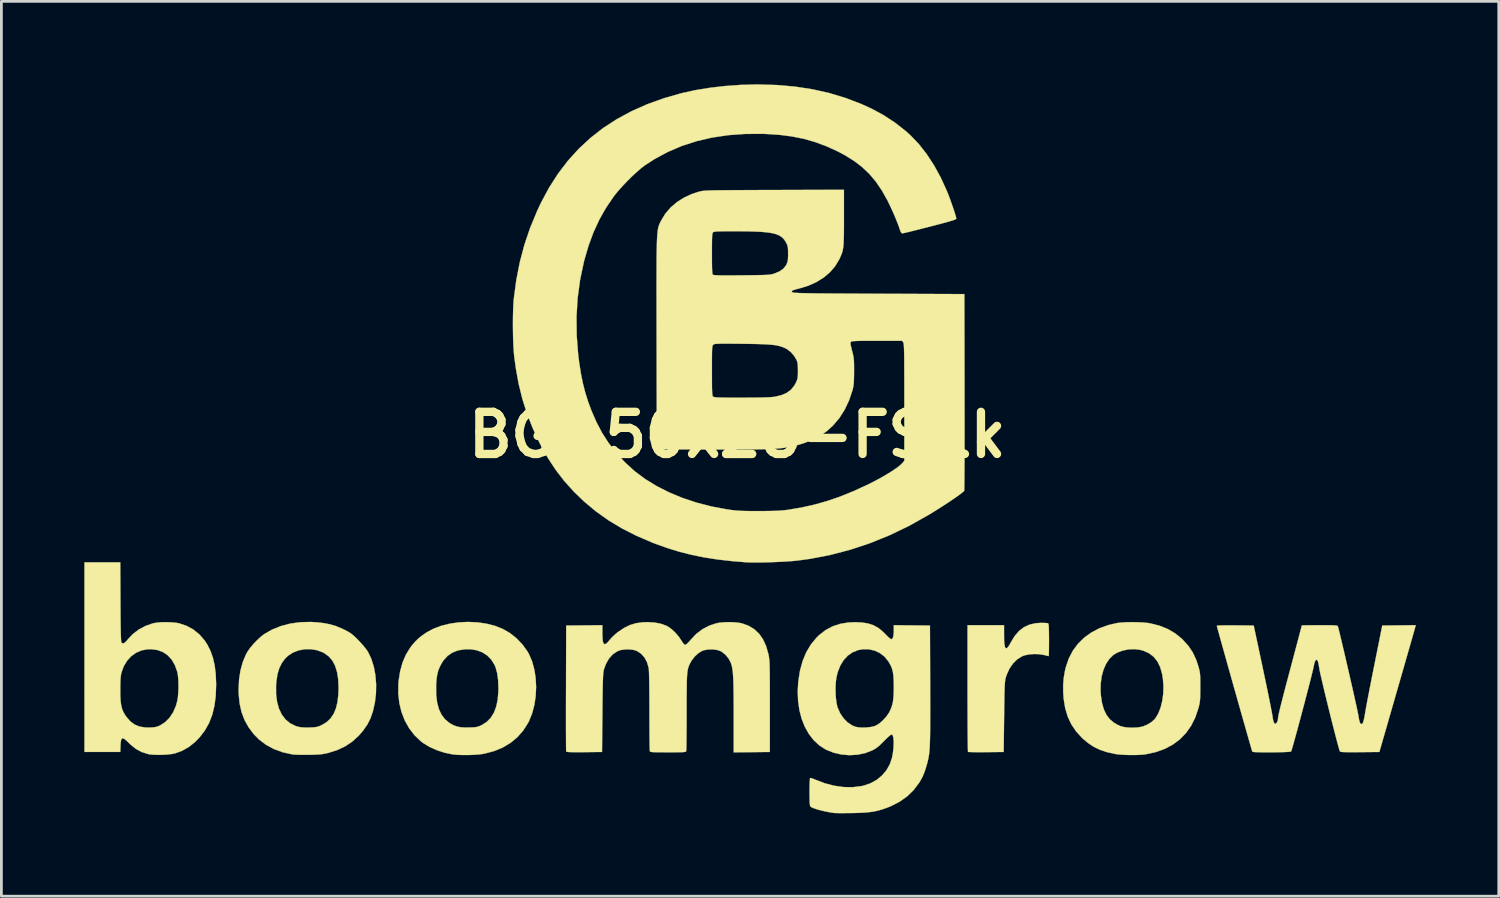
<source format=kicad_pcb>
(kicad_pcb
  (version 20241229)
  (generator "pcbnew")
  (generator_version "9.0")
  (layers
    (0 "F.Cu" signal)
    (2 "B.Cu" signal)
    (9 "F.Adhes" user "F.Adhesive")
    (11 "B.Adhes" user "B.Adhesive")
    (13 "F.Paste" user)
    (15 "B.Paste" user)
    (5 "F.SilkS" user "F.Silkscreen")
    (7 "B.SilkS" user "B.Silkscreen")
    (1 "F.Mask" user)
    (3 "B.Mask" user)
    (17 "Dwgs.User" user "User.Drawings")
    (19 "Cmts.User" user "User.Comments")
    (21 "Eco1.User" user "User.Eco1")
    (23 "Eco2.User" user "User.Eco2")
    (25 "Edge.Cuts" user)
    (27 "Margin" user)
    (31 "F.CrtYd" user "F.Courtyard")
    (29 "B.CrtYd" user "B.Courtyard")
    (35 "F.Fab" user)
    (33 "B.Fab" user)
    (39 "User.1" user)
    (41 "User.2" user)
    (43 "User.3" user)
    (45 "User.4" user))
  (footprint "BG-50x28-FSilk"
    (layer "F.Cu")
    (at 23.614 12.68)
    (property "Reference" "BG-50x28-FSilk" (at 0 0 0) (layer "F.SilkS") (effects (font (size 1.524 1.524) (thickness 0.3))))
    (attr through_hole)
    (fp_poly (pts (xy 11.092 6.801) (xy 11.18 6.805) (xy 11.236 6.813) (xy 11.247 6.817) (xy 11.258 6.839) (xy 11.266 6.894) (xy 11.272 6.986) (xy 11.275 7.118) (xy 11.277 7.295) (xy 11.278 7.418) (xy 11.277 7.584) (xy 11.276 7.732) (xy 11.274 7.854) (xy 11.272 7.943) (xy 11.269 7.993) (xy 11.267 8.001) (xy 11.239 7.995) (xy 11.175 7.98) (xy 11.097 7.96) (xy 10.927 7.932) (xy 10.742 7.925) (xy 10.558 7.94) (xy 10.394 7.974) (xy 10.306 8.007) (xy 10.131 8.115) (xy 9.976 8.267) (xy 9.846 8.457) (xy 9.745 8.682) (xy 9.713 8.777) (xy 9.703 8.817) (xy 9.694 8.865) (xy 9.687 8.924) (xy 9.68 9.001) (xy 9.675 9.098) (xy 9.67 9.222) (xy 9.666 9.376) (xy 9.663 9.565) (xy 9.659 9.794) (xy 9.656 10.067) (xy 9.654 10.198) (xy 9.639 11.468) (xy 9.003 11.475) (xy 8.828 11.476) (xy 8.67 11.476) (xy 8.536 11.474) (xy 8.433 11.472) (xy 8.368 11.468) (xy 8.349 11.464) (xy 8.346 11.437) (xy 8.344 11.362) (xy 8.341 11.244) (xy 8.339 11.086) (xy 8.337 10.892) (xy 8.335 10.665) (xy 8.334 10.409) (xy 8.333 10.127) (xy 8.332 9.824) (xy 8.331 9.502) (xy 8.331 9.166) (xy 8.331 6.883) (xy 9.652 6.883) (xy 9.652 7.237) (xy 9.655 7.431) (xy 9.666 7.574) (xy 9.685 7.669) (xy 9.713 7.716) (xy 9.75 7.716) (xy 9.798 7.67) (xy 9.857 7.579) (xy 9.896 7.506) (xy 10.035 7.276) (xy 10.192 7.094) (xy 10.37 6.956) (xy 10.572 6.863) (xy 10.799 6.811) (xy 10.987 6.799) (xy 11.092 6.801)) (stroke (width 0.01) (type solid)) (fill yes) (layer "F.SilkS"))
    (fp_poly (pts (xy -9.403 6.78) (xy -9.08 6.826) (xy -8.774 6.902) (xy -8.494 7.011) (xy -8.471 7.022) (xy -8.214 7.172) (xy -7.975 7.363) (xy -7.763 7.585) (xy -7.588 7.829) (xy -7.533 7.926) (xy -7.419 8.19) (xy -7.338 8.484) (xy -7.289 8.798) (xy -7.273 9.124) (xy -7.289 9.451) (xy -7.337 9.771) (xy -7.418 10.075) (xy -7.53 10.353) (xy -7.562 10.414) (xy -7.739 10.692) (xy -7.952 10.934) (xy -8.199 11.139) (xy -8.479 11.307) (xy -8.792 11.436) (xy -9.135 11.527) (xy -9.218 11.542) (xy -9.368 11.56) (xy -9.551 11.573) (xy -9.751 11.579) (xy -9.952 11.578) (xy -10.136 11.57) (xy -10.288 11.556) (xy -10.296 11.555) (xy -10.578 11.496) (xy -10.855 11.407) (xy -11.114 11.292) (xy -11.343 11.156) (xy -11.442 11.082) (xy -11.671 10.864) (xy -11.865 10.612) (xy -12.023 10.33) (xy -12.142 10.023) (xy -12.221 9.694) (xy -12.259 9.348) (xy -12.255 9.083) (xy -10.89 9.083) (xy -10.887 9.4) (xy -10.854 9.677) (xy -10.791 9.916) (xy -10.696 10.118) (xy -10.569 10.285) (xy -10.41 10.418) (xy -10.356 10.451) (xy -10.24 10.511) (xy -10.126 10.551) (xy -10.001 10.574) (xy -9.85 10.584) (xy -9.7 10.583) (xy -9.569 10.579) (xy -9.474 10.573) (xy -9.401 10.56) (xy -9.337 10.54) (xy -9.266 10.508) (xy -9.239 10.495) (xy -9.061 10.383) (xy -8.915 10.235) (xy -8.8 10.051) (xy -8.716 9.83) (xy -8.662 9.57) (xy -8.638 9.27) (xy -8.636 9.16) (xy -8.647 8.865) (xy -8.682 8.614) (xy -8.74 8.405) (xy -8.774 8.323) (xy -8.891 8.133) (xy -9.041 7.979) (xy -9.222 7.863) (xy -9.431 7.787) (xy -9.665 7.752) (xy -9.85 7.754) (xy -10.088 7.792) (xy -10.296 7.871) (xy -10.474 7.991) (xy -10.62 8.151) (xy -10.672 8.229) (xy -10.75 8.372) (xy -10.808 8.509) (xy -10.847 8.654) (xy -10.873 8.82) (xy -10.888 9.02) (xy -10.89 9.083) (xy -12.255 9.083) (xy -12.254 8.99) (xy -12.247 8.909) (xy -12.193 8.557) (xy -12.106 8.24) (xy -11.986 7.956) (xy -11.829 7.7) (xy -11.769 7.62) (xy -11.649 7.48) (xy -11.53 7.363) (xy -11.395 7.254) (xy -11.23 7.142) (xy -10.981 7.008) (xy -10.699 6.903) (xy -10.391 6.827) (xy -10.067 6.781) (xy -9.735 6.765) (xy -9.403 6.78)) (stroke (width 0.01) (type solid)) (fill yes) (layer "F.SilkS"))
    (fp_poly (pts (xy -15.204 6.779) (xy -14.946 6.809) (xy -14.722 6.853) (xy -14.514 6.915) (xy -14.307 7) (xy -14.224 7.039) (xy -14.11 7.098) (xy -14.019 7.15) (xy -13.939 7.207) (xy -13.857 7.277) (xy -13.76 7.37) (xy -13.703 7.427) (xy -13.589 7.549) (xy -13.484 7.67) (xy -13.4 7.779) (xy -13.353 7.849) (xy -13.233 8.101) (xy -13.144 8.385) (xy -13.086 8.693) (xy -13.06 9.016) (xy -13.065 9.345) (xy -13.103 9.672) (xy -13.174 9.988) (xy -13.264 10.252) (xy -13.375 10.472) (xy -13.532 10.698) (xy -13.69 10.88) (xy -13.918 11.089) (xy -14.172 11.26) (xy -14.459 11.396) (xy -14.77 11.496) (xy -14.873 11.521) (xy -14.968 11.54) (xy -15.066 11.553) (xy -15.18 11.561) (xy -15.321 11.567) (xy -15.481 11.571) (xy -15.641 11.572) (xy -15.795 11.571) (xy -15.931 11.567) (xy -16.036 11.562) (xy -16.089 11.556) (xy -16.437 11.479) (xy -16.756 11.363) (xy -17.043 11.208) (xy -17.298 11.015) (xy -17.483 10.827) (xy -17.671 10.578) (xy -17.818 10.315) (xy -17.926 10.031) (xy -17.996 9.722) (xy -18.03 9.382) (xy -18.034 9.2) (xy -18.027 9.068) (xy -16.679 9.068) (xy -16.678 9.379) (xy -16.642 9.659) (xy -16.573 9.905) (xy -16.471 10.117) (xy -16.338 10.292) (xy -16.173 10.429) (xy -15.977 10.527) (xy -15.896 10.554) (xy -15.778 10.576) (xy -15.622 10.585) (xy -15.48 10.584) (xy -15.35 10.579) (xy -15.255 10.571) (xy -15.179 10.556) (xy -15.108 10.531) (xy -15.032 10.498) (xy -14.857 10.395) (xy -14.714 10.262) (xy -14.6 10.097) (xy -14.514 9.897) (xy -14.457 9.66) (xy -14.425 9.382) (xy -14.418 9.144) (xy -14.431 8.839) (xy -14.473 8.575) (xy -14.543 8.35) (xy -14.642 8.163) (xy -14.772 8.012) (xy -14.933 7.895) (xy -14.989 7.865) (xy -15.2 7.787) (xy -15.422 7.75) (xy -15.646 7.753) (xy -15.863 7.794) (xy -16.064 7.872) (xy -16.242 7.985) (xy -16.345 8.083) (xy -16.469 8.248) (xy -16.562 8.436) (xy -16.628 8.655) (xy -16.667 8.91) (xy -16.679 9.068) (xy -18.027 9.068) (xy -18.017 8.85) (xy -17.966 8.519) (xy -17.883 8.216) (xy -17.769 7.945) (xy -17.709 7.837) (xy -17.618 7.707) (xy -17.499 7.564) (xy -17.363 7.423) (xy -17.226 7.297) (xy -17.11 7.207) (xy -16.823 7.042) (xy -16.506 6.915) (xy -16.163 6.825) (xy -15.8 6.775) (xy -15.421 6.766) (xy -15.204 6.779)) (stroke (width 0.01) (type solid)) (fill yes) (layer "F.SilkS"))
    (fp_poly (pts (xy 14.48 6.776) (xy 14.677 6.785) (xy 14.849 6.802) (xy 14.943 6.817) (xy 15.277 6.902) (xy 15.577 7.023) (xy 15.846 7.181) (xy 16.089 7.379) (xy 16.311 7.621) (xy 16.329 7.644) (xy 16.48 7.873) (xy 16.604 8.141) (xy 16.682 8.377) (xy 16.706 8.465) (xy 16.724 8.541) (xy 16.736 8.616) (xy 16.744 8.699) (xy 16.748 8.802) (xy 16.75 8.933) (xy 16.75 9.103) (xy 16.75 9.131) (xy 16.749 9.31) (xy 16.747 9.448) (xy 16.742 9.555) (xy 16.734 9.644) (xy 16.721 9.723) (xy 16.703 9.803) (xy 16.68 9.891) (xy 16.567 10.224) (xy 16.416 10.523) (xy 16.23 10.786) (xy 16.008 11.014) (xy 15.751 11.205) (xy 15.46 11.358) (xy 15.136 11.474) (xy 14.779 11.551) (xy 14.745 11.556) (xy 14.603 11.57) (xy 14.429 11.577) (xy 14.237 11.579) (xy 14.044 11.574) (xy 13.865 11.564) (xy 13.716 11.548) (xy 13.678 11.542) (xy 13.384 11.477) (xy 13.128 11.393) (xy 12.9 11.284) (xy 12.69 11.145) (xy 12.485 10.972) (xy 12.475 10.962) (xy 12.261 10.727) (xy 12.088 10.472) (xy 11.956 10.191) (xy 11.863 9.883) (xy 11.808 9.543) (xy 11.793 9.332) (xy 11.792 9.265) (xy 13.142 9.265) (xy 13.155 9.431) (xy 13.197 9.703) (xy 13.263 9.933) (xy 13.355 10.124) (xy 13.473 10.281) (xy 13.622 10.407) (xy 13.745 10.479) (xy 13.852 10.528) (xy 13.956 10.56) (xy 14.073 10.579) (xy 14.217 10.588) (xy 14.292 10.589) (xy 14.478 10.583) (xy 14.63 10.557) (xy 14.675 10.545) (xy 14.833 10.48) (xy 14.978 10.391) (xy 15.094 10.289) (xy 15.124 10.254) (xy 15.229 10.08) (xy 15.313 9.868) (xy 15.373 9.629) (xy 15.409 9.37) (xy 15.418 9.101) (xy 15.399 8.831) (xy 15.369 8.644) (xy 15.299 8.398) (xy 15.198 8.193) (xy 15.065 8.027) (xy 14.899 7.899) (xy 14.701 7.809) (xy 14.56 7.771) (xy 14.355 7.748) (xy 14.141 7.76) (xy 13.932 7.804) (xy 13.743 7.877) (xy 13.607 7.959) (xy 13.464 8.098) (xy 13.344 8.277) (xy 13.25 8.489) (xy 13.184 8.729) (xy 13.148 8.989) (xy 13.142 9.265) (xy 11.792 9.265) (xy 11.79 9.049) (xy 11.811 8.79) (xy 11.855 8.533) (xy 11.89 8.39) (xy 11.996 8.082) (xy 12.143 7.801) (xy 12.33 7.55) (xy 12.554 7.331) (xy 12.815 7.144) (xy 13.108 6.991) (xy 13.434 6.875) (xy 13.741 6.805) (xy 13.889 6.787) (xy 14.071 6.776) (xy 14.273 6.772) (xy 14.48 6.776)) (stroke (width 0.01) (type solid)) (fill yes) (layer "F.SilkS"))
    (fp_poly (pts (xy -22.307 6.043) (xy -22.305 6.386) (xy -22.303 6.679) (xy -22.3 6.926) (xy -22.296 7.126) (xy -22.292 7.283) (xy -22.287 7.398) (xy -22.281 7.472) (xy -22.274 7.507) (xy -22.272 7.51) (xy -22.227 7.541) (xy -22.173 7.53) (xy -22.107 7.475) (xy -22.045 7.401) (xy -21.861 7.204) (xy -21.641 7.037) (xy -21.391 6.905) (xy -21.133 6.816) (xy -20.995 6.791) (xy -20.824 6.776) (xy -20.637 6.773) (xy -20.45 6.78) (xy -20.28 6.798) (xy -20.18 6.817) (xy -19.914 6.907) (xy -19.67 7.041) (xy -19.453 7.216) (xy -19.267 7.43) (xy -19.167 7.582) (xy -19.051 7.812) (xy -18.963 8.062) (xy -18.9 8.336) (xy -18.862 8.643) (xy -18.847 8.988) (xy -18.847 9.053) (xy -18.862 9.447) (xy -18.909 9.804) (xy -18.989 10.128) (xy -19.103 10.421) (xy -19.253 10.689) (xy -19.44 10.934) (xy -19.616 11.115) (xy -19.841 11.292) (xy -20.091 11.431) (xy -20.333 11.519) (xy -20.454 11.543) (xy -20.608 11.56) (xy -20.781 11.571) (xy -20.957 11.573) (xy -21.121 11.568) (xy -21.257 11.554) (xy -21.304 11.545) (xy -21.542 11.469) (xy -21.757 11.352) (xy -21.956 11.189) (xy -21.988 11.157) (xy -22.094 11.054) (xy -22.174 10.991) (xy -22.23 10.972) (xy -22.268 10.997) (xy -22.291 11.068) (xy -22.303 11.187) (xy -22.307 11.278) (xy -22.314 11.468) (xy -23.609 11.468) (xy -23.609 9.22) (xy -22.313 9.22) (xy -22.311 9.444) (xy -22.301 9.626) (xy -22.281 9.776) (xy -22.25 9.903) (xy -22.206 10.014) (xy -22.146 10.12) (xy -22.09 10.201) (xy -21.951 10.36) (xy -21.798 10.474) (xy -21.625 10.547) (xy -21.424 10.582) (xy -21.259 10.585) (xy -21.133 10.579) (xy -21.04 10.567) (xy -20.962 10.546) (xy -20.882 10.512) (xy -20.871 10.506) (xy -20.69 10.39) (xy -20.533 10.232) (xy -20.403 10.036) (xy -20.303 9.808) (xy -20.253 9.627) (xy -20.229 9.484) (xy -20.215 9.312) (xy -20.208 9.126) (xy -20.21 8.939) (xy -20.221 8.767) (xy -20.24 8.622) (xy -20.254 8.562) (xy -20.34 8.324) (xy -20.456 8.125) (xy -20.601 7.968) (xy -20.774 7.853) (xy -20.973 7.78) (xy -21.196 7.751) (xy -21.331 7.755) (xy -21.547 7.795) (xy -21.746 7.881) (xy -21.921 8.008) (xy -22.071 8.173) (xy -22.189 8.371) (xy -22.268 8.588) (xy -22.286 8.664) (xy -22.298 8.753) (xy -22.306 8.864) (xy -22.311 9.005) (xy -22.313 9.187) (xy -22.313 9.22) (xy -23.609 9.22) (xy -23.609 4.61) (xy -22.314 4.61) (xy -22.307 6.043)) (stroke (width 0.01) (type solid)) (fill yes) (layer "F.SilkS"))
    (fp_poly (pts (xy 4.503 6.784) (xy 4.726 6.819) (xy 4.921 6.882) (xy 5.097 6.977) (xy 5.261 7.108) (xy 5.359 7.205) (xy 5.436 7.284) (xy 5.505 7.347) (xy 5.555 7.384) (xy 5.574 7.391) (xy 5.617 7.367) (xy 5.646 7.294) (xy 5.661 7.173) (xy 5.664 7.072) (xy 5.664 6.883) (xy 6.972 6.896) (xy 6.98 9.03) (xy 6.981 9.438) (xy 6.982 9.799) (xy 6.982 10.116) (xy 6.981 10.393) (xy 6.98 10.634) (xy 6.977 10.842) (xy 6.973 11.021) (xy 6.968 11.174) (xy 6.962 11.305) (xy 6.954 11.418) (xy 6.944 11.516) (xy 6.932 11.602) (xy 6.918 11.681) (xy 6.903 11.756) (xy 6.884 11.83) (xy 6.872 11.878) (xy 6.816 12.073) (xy 6.761 12.232) (xy 6.701 12.37) (xy 6.63 12.501) (xy 6.574 12.591) (xy 6.377 12.851) (xy 6.145 13.075) (xy 5.878 13.265) (xy 5.572 13.423) (xy 5.427 13.482) (xy 5.259 13.541) (xy 5.1 13.587) (xy 4.94 13.622) (xy 4.768 13.647) (xy 4.574 13.663) (xy 4.348 13.673) (xy 4.153 13.677) (xy 3.984 13.679) (xy 3.827 13.68) (xy 3.691 13.68) (xy 3.585 13.678) (xy 3.518 13.676) (xy 3.505 13.674) (xy 3.356 13.652) (xy 3.199 13.622) (xy 3.045 13.586) (xy 2.904 13.548) (xy 2.785 13.509) (xy 2.698 13.474) (xy 2.655 13.447) (xy 2.642 13.425) (xy 2.631 13.388) (xy 2.624 13.329) (xy 2.619 13.24) (xy 2.617 13.115) (xy 2.616 12.947) (xy 2.616 12.916) (xy 2.617 12.763) (xy 2.62 12.628) (xy 2.625 12.519) (xy 2.631 12.443) (xy 2.638 12.41) (xy 2.639 12.41) (xy 2.671 12.412) (xy 2.736 12.433) (xy 2.819 12.467) (xy 2.823 12.469) (xy 3.164 12.6) (xy 3.509 12.69) (xy 3.852 12.738) (xy 4.185 12.742) (xy 4.503 12.702) (xy 4.571 12.687) (xy 4.818 12.603) (xy 5.042 12.48) (xy 5.237 12.32) (xy 5.398 12.13) (xy 5.52 11.914) (xy 5.6 11.678) (xy 5.629 11.523) (xy 5.649 11.365) (xy 5.659 11.214) (xy 5.659 11.076) (xy 5.649 10.962) (xy 5.63 10.88) (xy 5.601 10.837) (xy 5.597 10.835) (xy 5.563 10.844) (xy 5.503 10.888) (xy 5.415 10.968) (xy 5.312 11.071) (xy 5.198 11.185) (xy 5.104 11.27) (xy 5.02 11.333) (xy 4.935 11.385) (xy 4.877 11.414) (xy 4.62 11.512) (xy 4.343 11.568) (xy 4.056 11.584) (xy 3.767 11.559) (xy 3.486 11.494) (xy 3.223 11.389) (xy 3.198 11.377) (xy 2.969 11.229) (xy 2.766 11.041) (xy 2.592 10.816) (xy 2.446 10.558) (xy 2.332 10.27) (xy 2.25 9.955) (xy 2.202 9.618) (xy 2.189 9.262) (xy 2.198 9.115) (xy 3.558 9.115) (xy 3.558 9.312) (xy 3.569 9.504) (xy 3.589 9.679) (xy 3.619 9.821) (xy 3.629 9.855) (xy 3.722 10.065) (xy 3.845 10.249) (xy 3.993 10.399) (xy 4.16 10.509) (xy 4.27 10.555) (xy 4.387 10.579) (xy 4.533 10.587) (xy 4.69 10.582) (xy 4.841 10.564) (xy 4.969 10.533) (xy 5.016 10.514) (xy 5.142 10.437) (xy 5.27 10.325) (xy 5.39 10.194) (xy 5.486 10.056) (xy 5.509 10.013) (xy 5.563 9.896) (xy 5.603 9.781) (xy 5.632 9.658) (xy 5.65 9.516) (xy 5.66 9.346) (xy 5.664 9.136) (xy 5.664 9.102) (xy 5.661 8.891) (xy 5.651 8.721) (xy 5.632 8.581) (xy 5.602 8.46) (xy 5.557 8.35) (xy 5.497 8.239) (xy 5.463 8.185) (xy 5.327 8.019) (xy 5.161 7.891) (xy 4.971 7.802) (xy 4.764 7.755) (xy 4.548 7.752) (xy 4.375 7.783) (xy 4.177 7.862) (xy 4.001 7.983) (xy 3.851 8.145) (xy 3.729 8.344) (xy 3.637 8.576) (xy 3.591 8.764) (xy 3.569 8.928) (xy 3.558 9.115) (xy 2.198 9.115) (xy 2.209 8.927) (xy 2.269 8.537) (xy 2.365 8.183) (xy 2.497 7.864) (xy 2.666 7.58) (xy 2.871 7.332) (xy 2.97 7.236) (xy 3.199 7.059) (xy 3.447 6.926) (xy 3.717 6.836) (xy 4.014 6.786) (xy 4.242 6.775) (xy 4.503 6.784)) (stroke (width 0.01) (type solid)) (fill yes) (layer "F.SilkS"))
    (fp_poly (pts (xy -2.986 6.787) (xy -2.758 6.831) (xy -2.563 6.902) (xy -2.489 6.942) (xy -2.358 7.039) (xy -2.224 7.167) (xy -2.104 7.31) (xy -2.029 7.423) (xy -1.962 7.526) (xy -1.91 7.582) (xy -1.88 7.595) (xy -1.84 7.575) (xy -1.778 7.519) (xy -1.701 7.434) (xy -1.68 7.409) (xy -1.478 7.195) (xy -1.255 7.026) (xy -1.005 6.897) (xy -0.762 6.816) (xy -0.622 6.79) (xy -0.45 6.776) (xy -0.263 6.772) (xy -0.079 6.78) (xy 0.085 6.799) (xy 0.176 6.818) (xy 0.414 6.905) (xy 0.619 7.029) (xy 0.792 7.191) (xy 0.933 7.393) (xy 1.044 7.634) (xy 1.124 7.912) (xy 1.136 7.964) (xy 1.145 8.014) (xy 1.153 8.066) (xy 1.16 8.124) (xy 1.166 8.193) (xy 1.17 8.276) (xy 1.174 8.378) (xy 1.176 8.503) (xy 1.178 8.655) (xy 1.179 8.839) (xy 1.18 9.059) (xy 1.181 9.318) (xy 1.181 9.622) (xy 1.181 9.817) (xy 1.181 11.468) (xy 0.527 11.475) (xy -0.127 11.482) (xy -0.127 10.141) (xy -0.127 9.803) (xy -0.129 9.511) (xy -0.131 9.262) (xy -0.135 9.05) (xy -0.14 8.873) (xy -0.148 8.724) (xy -0.157 8.601) (xy -0.169 8.499) (xy -0.183 8.413) (xy -0.2 8.339) (xy -0.22 8.273) (xy -0.23 8.243) (xy -0.307 8.095) (xy -0.416 7.96) (xy -0.544 7.854) (xy -0.604 7.819) (xy -0.732 7.777) (xy -0.887 7.758) (xy -1.048 7.761) (xy -1.197 7.787) (xy -1.275 7.815) (xy -1.407 7.897) (xy -1.535 8.015) (xy -1.644 8.155) (xy -1.682 8.219) (xy -1.712 8.277) (xy -1.738 8.331) (xy -1.76 8.387) (xy -1.778 8.447) (xy -1.793 8.518) (xy -1.804 8.603) (xy -1.813 8.706) (xy -1.819 8.833) (xy -1.824 8.988) (xy -1.826 9.175) (xy -1.828 9.398) (xy -1.829 9.663) (xy -1.829 9.973) (xy -1.829 10.024) (xy -1.829 10.284) (xy -1.83 10.53) (xy -1.831 10.757) (xy -1.833 10.959) (xy -1.835 11.132) (xy -1.837 11.272) (xy -1.84 11.372) (xy -1.843 11.43) (xy -1.844 11.441) (xy -1.854 11.453) (xy -1.877 11.463) (xy -1.919 11.47) (xy -1.985 11.475) (xy -2.082 11.478) (xy -2.215 11.48) (xy -2.39 11.481) (xy -2.502 11.481) (xy -2.701 11.48) (xy -2.856 11.479) (xy -2.971 11.477) (xy -3.053 11.473) (xy -3.107 11.467) (xy -3.139 11.459) (xy -3.156 11.448) (xy -3.16 11.441) (xy -3.162 11.408) (xy -3.165 11.33) (xy -3.168 11.21) (xy -3.17 11.054) (xy -3.172 10.866) (xy -3.173 10.65) (xy -3.174 10.413) (xy -3.175 10.157) (xy -3.175 9.984) (xy -3.175 9.678) (xy -3.177 9.397) (xy -3.179 9.144) (xy -3.182 8.923) (xy -3.186 8.738) (xy -3.19 8.592) (xy -3.195 8.489) (xy -3.2 8.433) (xy -3.201 8.432) (xy -3.26 8.225) (xy -3.354 8.05) (xy -3.478 7.912) (xy -3.63 7.814) (xy -3.632 7.813) (xy -3.755 7.775) (xy -3.906 7.758) (xy -4.065 7.76) (xy -4.213 7.782) (xy -4.324 7.82) (xy -4.492 7.931) (xy -4.633 8.084) (xy -4.745 8.276) (xy -4.817 8.473) (xy -4.827 8.511) (xy -4.835 8.556) (xy -4.842 8.613) (xy -4.848 8.686) (xy -4.854 8.779) (xy -4.858 8.897) (xy -4.862 9.044) (xy -4.865 9.224) (xy -4.869 9.441) (xy -4.872 9.7) (xy -4.875 10.005) (xy -4.875 10.046) (xy -4.889 11.468) (xy -5.531 11.475) (xy -5.738 11.477) (xy -5.899 11.476) (xy -6.019 11.474) (xy -6.103 11.47) (xy -6.155 11.464) (xy -6.181 11.455) (xy -6.186 11.449) (xy -6.187 11.42) (xy -6.189 11.343) (xy -6.19 11.223) (xy -6.191 11.063) (xy -6.192 10.867) (xy -6.193 10.638) (xy -6.193 10.381) (xy -6.193 10.099) (xy -6.193 9.795) (xy -6.192 9.473) (xy -6.191 9.157) (xy -6.185 6.896) (xy -4.877 6.883) (xy -4.877 7.177) (xy -4.872 7.347) (xy -4.859 7.469) (xy -4.834 7.543) (xy -4.796 7.571) (xy -4.745 7.555) (xy -4.679 7.494) (xy -4.618 7.422) (xy -4.543 7.337) (xy -4.444 7.241) (xy -4.339 7.151) (xy -4.31 7.129) (xy -4.091 6.982) (xy -3.879 6.877) (xy -3.658 6.811) (xy -3.415 6.777) (xy -3.239 6.772) (xy -2.986 6.787)) (stroke (width 0.01) (type solid)) (fill yes) (layer "F.SilkS"))
    (fp_poly (pts (xy 24.524 6.953) (xy 24.515 6.987) (xy 24.492 7.067) (xy 24.458 7.188) (xy 24.413 7.347) (xy 24.357 7.541) (xy 24.293 7.766) (xy 24.22 8.018) (xy 24.141 8.294) (xy 24.056 8.59) (xy 23.966 8.903) (xy 23.872 9.229) (xy 23.867 9.246) (xy 23.227 11.468) (xy 22.526 11.475) (xy 22.307 11.476) (xy 22.135 11.476) (xy 22.003 11.474) (xy 21.909 11.471) (xy 21.846 11.465) (xy 21.811 11.456) (xy 21.801 11.449) (xy 21.788 11.416) (xy 21.765 11.339) (xy 21.732 11.223) (xy 21.692 11.074) (xy 21.646 10.896) (xy 21.594 10.695) (xy 21.538 10.477) (xy 21.48 10.247) (xy 21.421 10.009) (xy 21.362 9.77) (xy 21.305 9.535) (xy 21.25 9.309) (xy 21.199 9.096) (xy 21.154 8.904) (xy 21.115 8.736) (xy 21.084 8.598) (xy 21.063 8.496) (xy 21.053 8.437) (xy 21.036 8.329) (xy 21.017 8.237) (xy 20.999 8.174) (xy 20.991 8.159) (xy 20.954 8.133) (xy 20.918 8.155) (xy 20.886 8.222) (xy 20.859 8.334) (xy 20.854 8.364) (xy 20.842 8.424) (xy 20.818 8.524) (xy 20.785 8.659) (xy 20.744 8.825) (xy 20.695 9.016) (xy 20.64 9.228) (xy 20.581 9.454) (xy 20.52 9.69) (xy 20.456 9.93) (xy 20.392 10.17) (xy 20.33 10.404) (xy 20.27 10.627) (xy 20.213 10.833) (xy 20.162 11.019) (xy 20.118 11.177) (xy 20.081 11.305) (xy 20.054 11.395) (xy 20.038 11.443) (xy 20.035 11.449) (xy 20.004 11.458) (xy 19.93 11.465) (xy 19.822 11.471) (xy 19.688 11.476) (xy 19.535 11.479) (xy 19.373 11.482) (xy 19.209 11.482) (xy 19.051 11.481) (xy 18.907 11.479) (xy 18.785 11.475) (xy 18.694 11.47) (xy 18.642 11.462) (xy 18.632 11.458) (xy 18.624 11.431) (xy 18.602 11.358) (xy 18.569 11.246) (xy 18.527 11.097) (xy 18.475 10.916) (xy 18.415 10.706) (xy 18.349 10.473) (xy 18.277 10.221) (xy 18.201 9.952) (xy 18.122 9.673) (xy 18.041 9.386) (xy 17.959 9.097) (xy 17.878 8.808) (xy 17.798 8.525) (xy 17.721 8.252) (xy 17.649 7.992) (xy 17.581 7.751) (xy 17.52 7.531) (xy 17.466 7.338) (xy 17.421 7.175) (xy 17.385 7.047) (xy 17.361 6.958) (xy 17.349 6.912) (xy 17.348 6.906) (xy 17.373 6.899) (xy 17.443 6.894) (xy 17.555 6.89) (xy 17.703 6.888) (xy 17.883 6.888) (xy 18.015 6.889) (xy 18.682 6.896) (xy 19.004 8.407) (xy 19.062 8.685) (xy 19.119 8.954) (xy 19.172 9.209) (xy 19.22 9.445) (xy 19.263 9.657) (xy 19.299 9.84) (xy 19.328 9.989) (xy 19.348 10.097) (xy 19.358 10.157) (xy 19.381 10.3) (xy 19.408 10.396) (xy 19.439 10.444) (xy 19.474 10.448) (xy 19.512 10.414) (xy 19.547 10.35) (xy 19.558 10.296) (xy 19.56 10.261) (xy 19.566 10.214) (xy 19.577 10.151) (xy 19.594 10.07) (xy 19.618 9.966) (xy 19.649 9.837) (xy 19.689 9.678) (xy 19.738 9.487) (xy 19.796 9.26) (xy 19.866 8.994) (xy 19.948 8.685) (xy 20.028 8.385) (xy 20.098 8.12) (xy 20.164 7.87) (xy 20.226 7.639) (xy 20.281 7.431) (xy 20.328 7.251) (xy 20.367 7.103) (xy 20.396 6.991) (xy 20.415 6.92) (xy 20.422 6.893) (xy 20.422 6.893) (xy 20.446 6.891) (xy 20.514 6.888) (xy 20.62 6.886) (xy 20.756 6.885) (xy 20.916 6.884) (xy 21.068 6.883) (xy 21.266 6.884) (xy 21.42 6.885) (xy 21.534 6.887) (xy 21.616 6.89) (xy 21.67 6.896) (xy 21.703 6.904) (xy 21.72 6.914) (xy 21.727 6.928) (xy 21.744 6.99) (xy 21.771 7.095) (xy 21.806 7.238) (xy 21.847 7.413) (xy 21.895 7.615) (xy 21.948 7.838) (xy 22.003 8.076) (xy 22.061 8.325) (xy 22.119 8.578) (xy 22.177 8.83) (xy 22.233 9.076) (xy 22.286 9.31) (xy 22.334 9.526) (xy 22.377 9.719) (xy 22.413 9.884) (xy 22.441 10.014) (xy 22.459 10.105) (xy 22.466 10.145) (xy 22.488 10.272) (xy 22.511 10.37) (xy 22.535 10.428) (xy 22.541 10.436) (xy 22.578 10.46) (xy 22.609 10.449) (xy 22.638 10.399) (xy 22.665 10.309) (xy 22.693 10.173) (xy 22.71 10.069) (xy 22.725 9.982) (xy 22.748 9.851) (xy 22.78 9.682) (xy 22.818 9.48) (xy 22.862 9.253) (xy 22.911 9.005) (xy 22.962 8.742) (xy 23.016 8.471) (xy 23.047 8.319) (xy 23.332 6.896) (xy 24.541 6.882) (xy 24.524 6.953)) (stroke (width 0.01) (type solid)) (fill yes) (layer "F.SilkS"))
    (fp_poly (pts (xy 1.425 -12.655) (xy 2.087 -12.598) (xy 2.721 -12.501) (xy 3.331 -12.364) (xy 3.92 -12.187) (xy 4.49 -11.968) (xy 4.864 -11.798) (xy 5.293 -11.566) (xy 5.705 -11.296) (xy 6.088 -10.996) (xy 6.269 -10.834) (xy 6.57 -10.519) (xy 6.853 -10.158) (xy 7.117 -9.755) (xy 7.36 -9.313) (xy 7.579 -8.834) (xy 7.603 -8.776) (xy 7.653 -8.649) (xy 7.706 -8.507) (xy 7.759 -8.358) (xy 7.81 -8.211) (xy 7.855 -8.075) (xy 7.891 -7.959) (xy 7.915 -7.872) (xy 7.925 -7.824) (xy 7.925 -7.822) (xy 7.916 -7.809) (xy 7.888 -7.793) (xy 7.837 -7.773) (xy 7.757 -7.747) (xy 7.646 -7.714) (xy 7.5 -7.673) (xy 7.313 -7.623) (xy 7.083 -7.563) (xy 6.975 -7.535) (xy 6.762 -7.481) (xy 6.563 -7.43) (xy 6.383 -7.385) (xy 6.23 -7.347) (xy 6.107 -7.318) (xy 6.021 -7.298) (xy 5.978 -7.29) (xy 5.975 -7.29) (xy 5.937 -7.306) (xy 5.906 -7.362) (xy 5.894 -7.398) (xy 5.85 -7.529) (xy 5.787 -7.693) (xy 5.712 -7.879) (xy 5.628 -8.073) (xy 5.54 -8.264) (xy 5.455 -8.44) (xy 5.433 -8.484) (xy 5.232 -8.842) (xy 5.017 -9.158) (xy 4.781 -9.438) (xy 4.52 -9.687) (xy 4.225 -9.911) (xy 3.891 -10.119) (xy 3.619 -10.262) (xy 3.219 -10.444) (xy 2.818 -10.592) (xy 2.409 -10.709) (xy 1.981 -10.795) (xy 1.528 -10.853) (xy 1.04 -10.885) (xy 0.923 -10.889) (xy 0.283 -10.886) (xy -0.329 -10.841) (xy -0.913 -10.754) (xy -1.47 -10.624) (xy -2.001 -10.452) (xy -2.505 -10.237) (xy -2.984 -9.98) (xy -3.335 -9.753) (xy -3.474 -9.647) (xy -3.635 -9.508) (xy -3.808 -9.347) (xy -3.984 -9.172) (xy -4.155 -8.993) (xy -4.31 -8.818) (xy -4.441 -8.657) (xy -4.461 -8.63) (xy -4.74 -8.222) (xy -4.984 -7.792) (xy -5.196 -7.333) (xy -5.378 -6.84) (xy -5.533 -6.309) (xy -5.546 -6.256) (xy -5.682 -5.612) (xy -5.771 -4.951) (xy -5.812 -4.277) (xy -5.805 -3.592) (xy -5.751 -2.9) (xy -5.715 -2.615) (xy -5.653 -2.219) (xy -5.58 -1.86) (xy -5.494 -1.525) (xy -5.391 -1.198) (xy -5.268 -0.868) (xy -5.267 -0.866) (xy -5.084 -0.449) (xy -4.884 -0.07) (xy -4.659 0.28) (xy -4.402 0.614) (xy -4.107 0.942) (xy -4.038 1.013) (xy -3.703 1.317) (xy -3.325 1.598) (xy -2.909 1.853) (xy -2.458 2.081) (xy -1.976 2.281) (xy -1.465 2.451) (xy -0.931 2.588) (xy -0.376 2.692) (xy -0.356 2.695) (xy -0.23 2.714) (xy -0.116 2.728) (xy -0.004 2.738) (xy 0.116 2.746) (xy 0.252 2.751) (xy 0.414 2.754) (xy 0.612 2.755) (xy 0.775 2.755) (xy 1.024 2.754) (xy 1.231 2.751) (xy 1.404 2.746) (xy 1.551 2.739) (xy 1.68 2.728) (xy 1.8 2.714) (xy 1.829 2.71) (xy 2.322 2.627) (xy 2.798 2.521) (xy 3.265 2.389) (xy 3.734 2.227) (xy 4.214 2.032) (xy 4.716 1.801) (xy 4.788 1.766) (xy 5.002 1.656) (xy 5.212 1.542) (xy 5.41 1.427) (xy 5.591 1.315) (xy 5.746 1.21) (xy 5.869 1.118) (xy 5.954 1.041) (xy 5.964 1.03) (xy 6.045 0.938) (xy 6.045 -1.176) (xy 6.045 -1.557) (xy 6.045 -1.89) (xy 6.044 -2.179) (xy 6.043 -2.427) (xy 6.042 -2.636) (xy 6.041 -2.811) (xy 6.038 -2.955) (xy 6.036 -3.07) (xy 6.032 -3.16) (xy 6.028 -3.229) (xy 6.024 -3.279) (xy 6.018 -3.313) (xy 6.012 -3.335) (xy 6.006 -3.347) (xy 5.966 -3.404) (xy 5.056 -3.404) (xy 4.814 -3.403) (xy 4.617 -3.403) (xy 4.461 -3.401) (xy 4.342 -3.398) (xy 4.253 -3.394) (xy 4.191 -3.389) (xy 4.15 -3.382) (xy 4.126 -3.374) (xy 4.114 -3.364) (xy 4.101 -3.339) (xy 4.099 -3.298) (xy 4.109 -3.233) (xy 4.131 -3.135) (xy 4.155 -3.04) (xy 4.182 -2.935) (xy 4.201 -2.847) (xy 4.214 -2.764) (xy 4.222 -2.675) (xy 4.226 -2.567) (xy 4.227 -2.431) (xy 4.227 -2.286) (xy 4.225 -2.107) (xy 4.221 -1.969) (xy 4.215 -1.86) (xy 4.204 -1.77) (xy 4.188 -1.689) (xy 4.17 -1.617) (xy 4.047 -1.25) (xy 3.888 -0.913) (xy 3.694 -0.608) (xy 3.467 -0.341) (xy 3.467 -0.341) (xy 3.247 -0.14) (xy 3.009 0.029) (xy 2.743 0.169) (xy 2.442 0.288) (xy 2.324 0.326) (xy 2.206 0.361) (xy 2.092 0.392) (xy 1.978 0.419) (xy 1.859 0.443) (xy 1.733 0.463) (xy 1.595 0.48) (xy 1.441 0.494) (xy 1.269 0.505) (xy 1.074 0.514) (xy 0.852 0.521) (xy 0.599 0.525) (xy 0.313 0.528) (xy -0.012 0.53) (xy -0.378 0.53) (xy -0.789 0.529) (xy -0.978 0.528) (xy -2.908 0.521) (xy -2.913 -2.322) (xy -0.914 -2.322) (xy -0.914 -2.081) (xy -0.913 -1.886) (xy -0.912 -1.732) (xy -0.909 -1.614) (xy -0.905 -1.527) (xy -0.9 -1.465) (xy -0.893 -1.424) (xy -0.884 -1.399) (xy -0.874 -1.386) (xy -0.859 -1.376) (xy -0.833 -1.368) (xy -0.791 -1.361) (xy -0.729 -1.356) (xy -0.641 -1.352) (xy -0.523 -1.35) (xy -0.371 -1.348) (xy -0.18 -1.347) (xy 0.056 -1.347) (xy 0.173 -1.347) (xy 0.465 -1.348) (xy 0.71 -1.35) (xy 0.913 -1.353) (xy 1.076 -1.358) (xy 1.206 -1.365) (xy 1.305 -1.373) (xy 1.375 -1.383) (xy 1.604 -1.439) (xy 1.79 -1.52) (xy 1.941 -1.63) (xy 2.059 -1.772) (xy 2.126 -1.892) (xy 2.158 -1.966) (xy 2.179 -2.031) (xy 2.19 -2.102) (xy 2.196 -2.194) (xy 2.197 -2.322) (xy 2.197 -2.324) (xy 2.195 -2.459) (xy 2.188 -2.557) (xy 2.175 -2.631) (xy 2.153 -2.696) (xy 2.142 -2.722) (xy 2.055 -2.865) (xy 1.938 -2.997) (xy 1.804 -3.101) (xy 1.743 -3.134) (xy 1.664 -3.169) (xy 1.584 -3.198) (xy 1.496 -3.222) (xy 1.396 -3.242) (xy 1.278 -3.257) (xy 1.137 -3.269) (xy 0.968 -3.279) (xy 0.764 -3.286) (xy 0.522 -3.291) (xy 0.235 -3.295) (xy 0.183 -3.296) (xy -0.07 -3.298) (xy -0.277 -3.3) (xy -0.443 -3.301) (xy -0.572 -3.3) (xy -0.671 -3.298) (xy -0.743 -3.295) (xy -0.793 -3.29) (xy -0.827 -3.283) (xy -0.85 -3.274) (xy -0.865 -3.263) (xy -0.865 -3.262) (xy -0.878 -3.249) (xy -0.889 -3.229) (xy -0.897 -3.2) (xy -0.903 -3.154) (xy -0.908 -3.088) (xy -0.911 -2.996) (xy -0.913 -2.872) (xy -0.914 -2.712) (xy -0.914 -2.511) (xy -0.914 -2.322) (xy -2.913 -2.322) (xy -2.915 -3.335) (xy -2.916 -3.866) (xy -2.917 -4.349) (xy -2.917 -4.787) (xy -2.918 -5.18) (xy -2.918 -5.533) (xy -2.917 -5.848) (xy -2.916 -6.127) (xy -2.915 -6.373) (xy -2.913 -6.556) (xy -0.914 -6.556) (xy -0.914 -6.329) (xy -0.912 -6.148) (xy -0.909 -6.009) (xy -0.904 -5.908) (xy -0.897 -5.841) (xy -0.888 -5.804) (xy -0.883 -5.795) (xy -0.864 -5.786) (xy -0.823 -5.78) (xy -0.757 -5.775) (xy -0.661 -5.771) (xy -0.531 -5.769) (xy -0.363 -5.769) (xy -0.153 -5.769) (xy 0.103 -5.771) (xy 0.165 -5.772) (xy 0.421 -5.774) (xy 0.631 -5.777) (xy 0.801 -5.78) (xy 0.937 -5.783) (xy 1.044 -5.787) (xy 1.127 -5.793) (xy 1.193 -5.8) (xy 1.245 -5.808) (xy 1.291 -5.819) (xy 1.334 -5.832) (xy 1.348 -5.837) (xy 1.528 -5.912) (xy 1.663 -6.006) (xy 1.759 -6.123) (xy 1.781 -6.164) (xy 1.809 -6.228) (xy 1.827 -6.292) (xy 1.837 -6.37) (xy 1.841 -6.476) (xy 1.841 -6.553) (xy 1.84 -6.678) (xy 1.834 -6.767) (xy 1.822 -6.833) (xy 1.801 -6.893) (xy 1.772 -6.951) (xy 1.721 -7.036) (xy 1.662 -7.109) (xy 1.59 -7.171) (xy 1.502 -7.223) (xy 1.393 -7.264) (xy 1.26 -7.298) (xy 1.098 -7.323) (xy 0.904 -7.342) (xy 0.673 -7.354) (xy 0.402 -7.362) (xy 0.086 -7.365) (xy -0.093 -7.366) (xy -0.311 -7.366) (xy -0.483 -7.364) (xy -0.615 -7.362) (xy -0.714 -7.359) (xy -0.783 -7.354) (xy -0.83 -7.346) (xy -0.858 -7.337) (xy -0.874 -7.326) (xy -0.886 -7.309) (xy -0.896 -7.279) (xy -0.903 -7.23) (xy -0.908 -7.159) (xy -0.911 -7.058) (xy -0.913 -6.922) (xy -0.914 -6.746) (xy -0.914 -6.556) (xy -2.913 -6.556) (xy -2.913 -6.588) (xy -2.909 -6.774) (xy -2.905 -6.935) (xy -2.9 -7.072) (xy -2.894 -7.189) (xy -2.886 -7.287) (xy -2.877 -7.369) (xy -2.867 -7.438) (xy -2.855 -7.496) (xy -2.842 -7.546) (xy -2.827 -7.59) (xy -2.81 -7.631) (xy -2.791 -7.671) (xy -2.77 -7.712) (xy -2.747 -7.758) (xy -2.741 -7.769) (xy -2.596 -8.007) (xy -2.408 -8.224) (xy -2.183 -8.417) (xy -1.925 -8.581) (xy -1.641 -8.713) (xy -1.392 -8.794) (xy -1.357 -8.803) (xy -1.323 -8.811) (xy -1.286 -8.818) (xy -1.243 -8.825) (xy -1.192 -8.83) (xy -1.129 -8.835) (xy -1.051 -8.839) (xy -0.954 -8.842) (xy -0.836 -8.845) (xy -0.693 -8.847) (xy -0.522 -8.849) (xy -0.32 -8.851) (xy -0.083 -8.853) (xy 0.191 -8.854) (xy 0.505 -8.855) (xy 0.864 -8.857) (xy 1.269 -8.858) (xy 1.34 -8.858) (xy 3.861 -8.866) (xy 3.861 -7.855) (xy 3.861 -7.581) (xy 3.86 -7.353) (xy 3.857 -7.163) (xy 3.852 -7.007) (xy 3.845 -6.879) (xy 3.834 -6.773) (xy 3.818 -6.684) (xy 3.798 -6.604) (xy 3.772 -6.53) (xy 3.74 -6.455) (xy 3.702 -6.372) (xy 3.684 -6.336) (xy 3.539 -6.097) (xy 3.352 -5.881) (xy 3.126 -5.69) (xy 2.865 -5.527) (xy 2.573 -5.396) (xy 2.264 -5.301) (xy 2.126 -5.266) (xy 2.034 -5.237) (xy 1.984 -5.213) (xy 1.97 -5.19) (xy 1.989 -5.166) (xy 2.01 -5.152) (xy 2.027 -5.147) (xy 2.061 -5.142) (xy 2.113 -5.138) (xy 2.186 -5.134) (xy 2.283 -5.13) (xy 2.407 -5.127) (xy 2.558 -5.124) (xy 2.741 -5.121) (xy 2.958 -5.118) (xy 3.21 -5.116) (xy 3.5 -5.114) (xy 3.832 -5.112) (xy 4.206 -5.11) (xy 4.626 -5.108) (xy 5.095 -5.106) (xy 5.144 -5.105) (xy 8.217 -5.093) (xy 8.223 -1.549) (xy 8.223 -1.129) (xy 8.224 -0.722) (xy 8.224 -0.332) (xy 8.224 0.038) (xy 8.223 0.386) (xy 8.222 0.708) (xy 8.222 1.002) (xy 8.22 1.264) (xy 8.219 1.493) (xy 8.217 1.684) (xy 8.216 1.835) (xy 8.214 1.944) (xy 8.212 2.006) (xy 8.21 2.022) (xy 8.171 2.061) (xy 8.093 2.124) (xy 7.982 2.206) (xy 7.843 2.303) (xy 7.682 2.412) (xy 7.504 2.529) (xy 7.313 2.652) (xy 7.116 2.775) (xy 6.917 2.897) (xy 6.908 2.902) (xy 6.222 3.287) (xy 5.523 3.624) (xy 4.813 3.912) (xy 4.093 4.152) (xy 3.364 4.343) (xy 2.629 4.484) (xy 2.172 4.546) (xy 2.009 4.562) (xy 1.812 4.576) (xy 1.592 4.589) (xy 1.358 4.599) (xy 1.122 4.608) (xy 0.892 4.613) (xy 0.681 4.615) (xy 0.497 4.614) (xy 0.352 4.609) (xy 0.33 4.608) (xy -0.22 4.562) (xy -0.73 4.503) (xy -1.207 4.428) (xy -1.66 4.336) (xy -2.097 4.225) (xy -2.527 4.093) (xy -2.958 3.938) (xy -3.073 3.894) (xy -3.641 3.65) (xy -4.166 3.383) (xy -4.654 3.09) (xy -5.107 2.768) (xy -5.532 2.415) (xy -5.909 2.051) (xy -6.256 1.665) (xy -6.567 1.262) (xy -6.849 0.832) (xy -7.109 0.365) (xy -7.166 0.254) (xy -7.404 -0.263) (xy -7.605 -0.779) (xy -7.771 -1.304) (xy -7.905 -1.846) (xy -8.008 -2.417) (xy -8.067 -2.857) (xy -8.083 -3.035) (xy -8.096 -3.252) (xy -8.105 -3.496) (xy -8.11 -3.757) (xy -8.112 -4.022) (xy -8.11 -4.282) (xy -8.104 -4.525) (xy -8.095 -4.74) (xy -8.081 -4.915) (xy -7.991 -5.595) (xy -7.864 -6.246) (xy -7.697 -6.875) (xy -7.489 -7.489) (xy -7.238 -8.095) (xy -7.095 -8.4) (xy -6.804 -8.943) (xy -6.48 -9.448) (xy -6.123 -9.916) (xy -5.733 -10.346) (xy -5.309 -10.74) (xy -4.851 -11.098) (xy -4.356 -11.419) (xy -3.826 -11.706) (xy -3.26 -11.958) (xy -2.656 -12.175) (xy -2.015 -12.359) (xy -2.007 -12.361) (xy -1.516 -12.469) (xy -0.989 -12.555) (xy -0.439 -12.619) (xy 0.125 -12.66) (xy 0.69 -12.674) (xy 0.732 -12.675) (xy 1.425 -12.655)) (stroke (width 0.01) (type solid)) (fill yes) (layer "F.SilkS")))
  (gr_rect
    (start -3 -3)
    (end 51.16 29.365)
    (stroke (width 0.1) (type default))
    (fill no)
    (layer "Edge.Cuts")))
</source>
